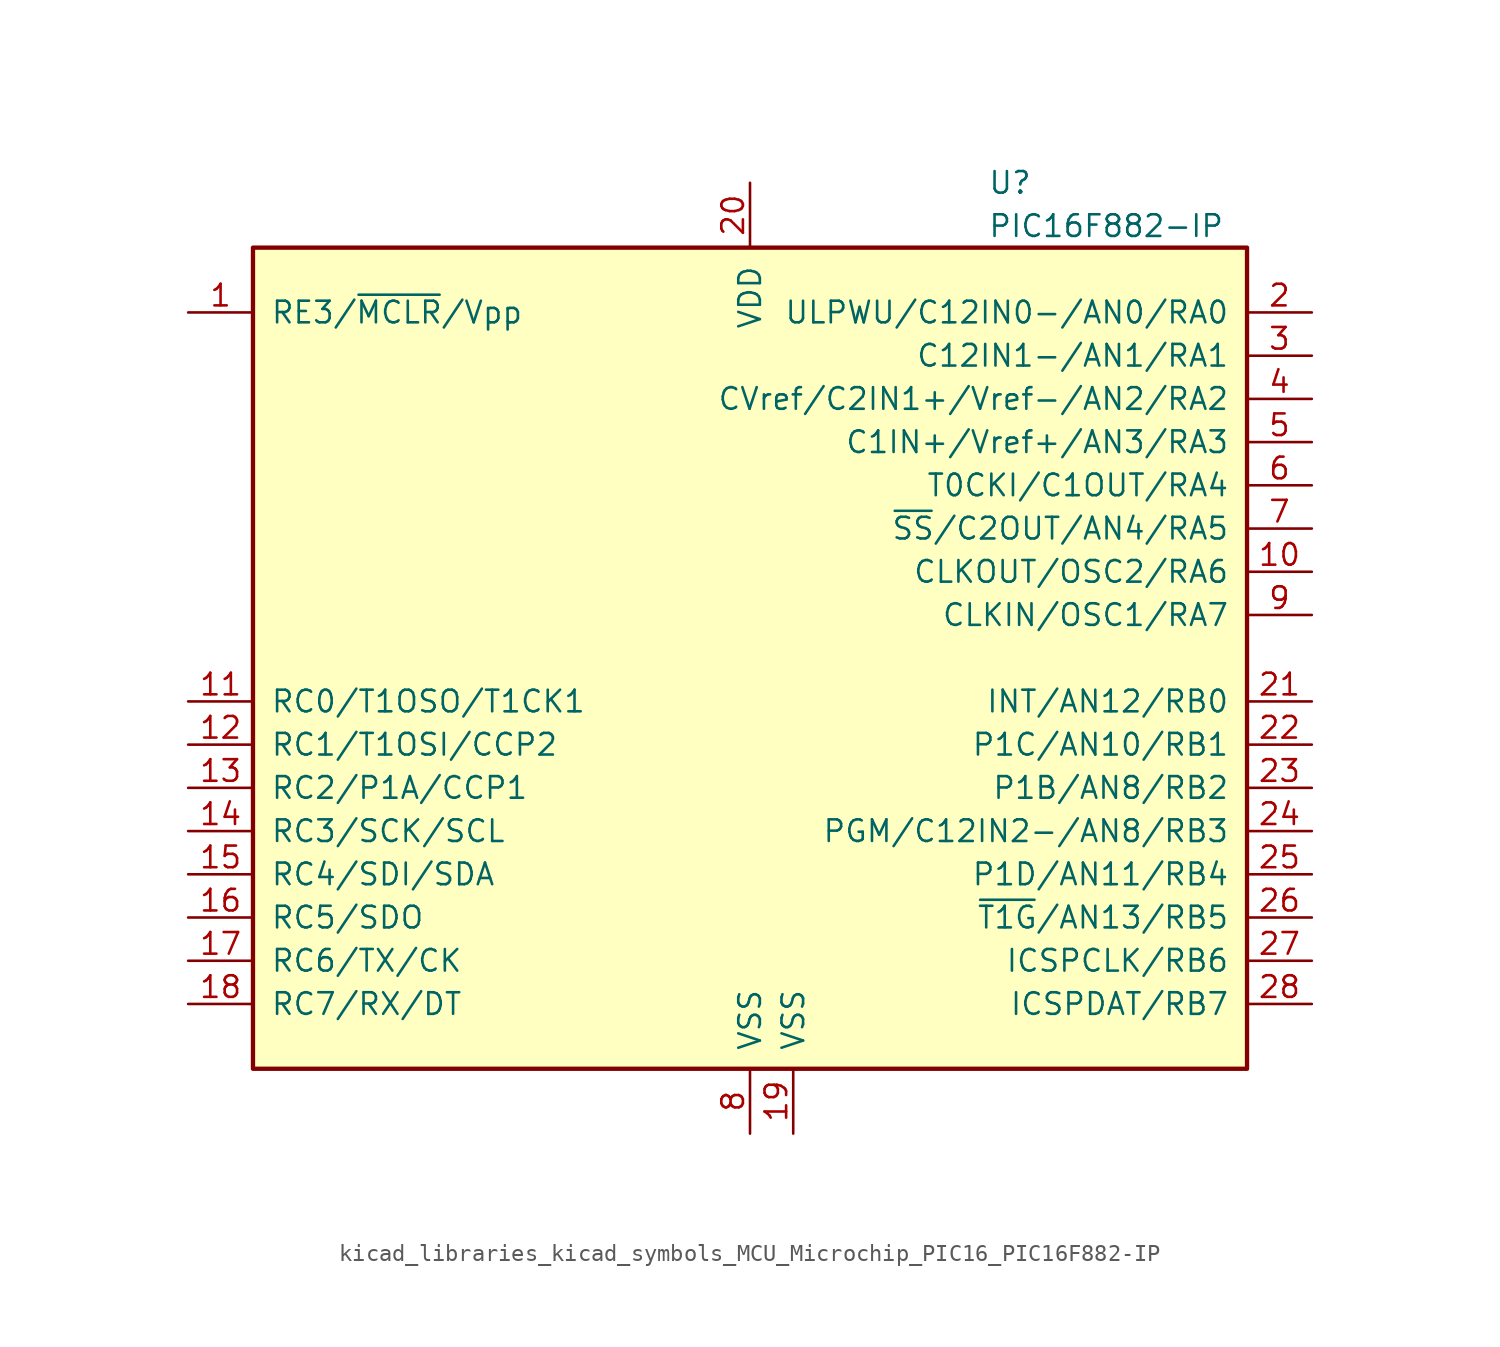
<source format=kicad_sym>
(kicad_symbol_lib
  (version 20220914)
  (generator kicad_symbol_editor)
  (symbol "kicad_libraries_kicad_symbols_MCU_Microchip_PIC16_PIC16F882-IP"
    (pin_names
      (offset 1.016))
    (property "Reference" "U"
      (at 13.97 27.94 0)
      (effects (font (size 1.27 1.27)) (justify left)))
    (property "Value" "PIC16F882-IP"
      (at 13.97 25.4 0)
      (effects (font (size 1.27 1.27)) (justify left)))
    (symbol "kicad_libraries_kicad_symbols_MCU_Microchip_PIC16_PIC16F882-IP_0_1"
      (rectangle (start -29.21 24.13) (end 29.21 -24.13) (stroke (width 0.254) (type default)) (fill (type background))))
    (symbol "kicad_libraries_kicad_symbols_MCU_Microchip_PIC16_PIC16F882-IP_1_1"
      (pin bidirectional line (at -33.02 20.32 0) (length 3.81) (name "RE3/~{MCLR}/Vpp" (effects (font (size 1.27 1.27)))) (number "1" (effects (font (size 1.27 1.27)))))
      (pin bidirectional line (at 33.02 5.08 180) (length 3.81) (name "CLKOUT/OSC2/RA6" (effects (font (size 1.27 1.27)))) (number "10" (effects (font (size 1.27 1.27)))))
      (pin bidirectional line (at -33.02 -2.54 0) (length 3.81) (name "RC0/T1OSO/T1CK1" (effects (font (size 1.27 1.27)))) (number "11" (effects (font (size 1.27 1.27)))))
      (pin bidirectional line (at -33.02 -5.08 0) (length 3.81) (name "RC1/T1OSI/CCP2" (effects (font (size 1.27 1.27)))) (number "12" (effects (font (size 1.27 1.27)))))
      (pin bidirectional line (at -33.02 -7.62 0) (length 3.81) (name "RC2/P1A/CCP1" (effects (font (size 1.27 1.27)))) (number "13" (effects (font (size 1.27 1.27)))))
      (pin bidirectional line (at -33.02 -10.16 0) (length 3.81) (name "RC3/SCK/SCL" (effects (font (size 1.27 1.27)))) (number "14" (effects (font (size 1.27 1.27)))))
      (pin bidirectional line (at -33.02 -12.7 0) (length 3.81) (name "RC4/SDI/SDA" (effects (font (size 1.27 1.27)))) (number "15" (effects (font (size 1.27 1.27)))))
      (pin bidirectional line (at -33.02 -15.24 0) (length 3.81) (name "RC5/SDO" (effects (font (size 1.27 1.27)))) (number "16" (effects (font (size 1.27 1.27)))))
      (pin bidirectional line (at -33.02 -17.78 0) (length 3.81) (name "RC6/TX/CK" (effects (font (size 1.27 1.27)))) (number "17" (effects (font (size 1.27 1.27)))))
      (pin bidirectional line (at -33.02 -20.32 0) (length 3.81) (name "RC7/RX/DT" (effects (font (size 1.27 1.27)))) (number "18" (effects (font (size 1.27 1.27)))))
      (pin power_in line (at 2.54 -27.94 90) (length 3.81) (name "VSS" (effects (font (size 1.27 1.27)))) (number "19" (effects (font (size 1.27 1.27)))))
      (pin bidirectional line (at 33.02 20.32 180) (length 3.81) (name "ULPWU/C12IN0-/AN0/RA0" (effects (font (size 1.27 1.27)))) (number "2" (effects (font (size 1.27 1.27)))))
      (pin power_in line (at 0 27.94 270) (length 3.81) (name "VDD" (effects (font (size 1.27 1.27)))) (number "20" (effects (font (size 1.27 1.27)))))
      (pin bidirectional line (at 33.02 -2.54 180) (length 3.81) (name "INT/AN12/RB0" (effects (font (size 1.27 1.27)))) (number "21" (effects (font (size 1.27 1.27)))))
      (pin bidirectional line (at 33.02 -5.08 180) (length 3.81) (name "P1C/AN10/RB1" (effects (font (size 1.27 1.27)))) (number "22" (effects (font (size 1.27 1.27)))))
      (pin bidirectional line (at 33.02 -7.62 180) (length 3.81) (name "P1B/AN8/RB2" (effects (font (size 1.27 1.27)))) (number "23" (effects (font (size 1.27 1.27)))))
      (pin bidirectional line (at 33.02 -10.16 180) (length 3.81) (name "PGM/C12IN2-/AN8/RB3" (effects (font (size 1.27 1.27)))) (number "24" (effects (font (size 1.27 1.27)))))
      (pin bidirectional line (at 33.02 -12.7 180) (length 3.81) (name "P1D/AN11/RB4" (effects (font (size 1.27 1.27)))) (number "25" (effects (font (size 1.27 1.27)))))
      (pin bidirectional line (at 33.02 -15.24 180) (length 3.81) (name "~{T1G}/AN13/RB5" (effects (font (size 1.27 1.27)))) (number "26" (effects (font (size 1.27 1.27)))))
      (pin bidirectional line (at 33.02 -17.78 180) (length 3.81) (name "ICSPCLK/RB6" (effects (font (size 1.27 1.27)))) (number "27" (effects (font (size 1.27 1.27)))))
      (pin bidirectional line (at 33.02 -20.32 180) (length 3.81) (name "ICSPDAT/RB7" (effects (font (size 1.27 1.27)))) (number "28" (effects (font (size 1.27 1.27)))))
      (pin bidirectional line (at 33.02 17.78 180) (length 3.81) (name "C12IN1-/AN1/RA1" (effects (font (size 1.27 1.27)))) (number "3" (effects (font (size 1.27 1.27)))))
      (pin bidirectional line (at 33.02 15.24 180) (length 3.81) (name "CVref/C2IN1+/Vref-/AN2/RA2" (effects (font (size 1.27 1.27)))) (number "4" (effects (font (size 1.27 1.27)))))
      (pin bidirectional line (at 33.02 12.7 180) (length 3.81) (name "C1IN+/Vref+/AN3/RA3" (effects (font (size 1.27 1.27)))) (number "5" (effects (font (size 1.27 1.27)))))
      (pin bidirectional line (at 33.02 10.16 180) (length 3.81) (name "T0CKI/C1OUT/RA4" (effects (font (size 1.27 1.27)))) (number "6" (effects (font (size 1.27 1.27)))))
      (pin bidirectional line (at 33.02 7.62 180) (length 3.81) (name "~{SS}/C2OUT/AN4/RA5" (effects (font (size 1.27 1.27)))) (number "7" (effects (font (size 1.27 1.27)))))
      (pin power_in line (at 0 -27.94 90) (length 3.81) (name "VSS" (effects (font (size 1.27 1.27)))) (number "8" (effects (font (size 1.27 1.27)))))
      (pin input line (at 33.02 2.54 180) (length 3.81) (name "CLKIN/OSC1/RA7" (effects (font (size 1.27 1.27)))) (number "9" (effects (font (size 1.27 1.27))))))))
</source>
